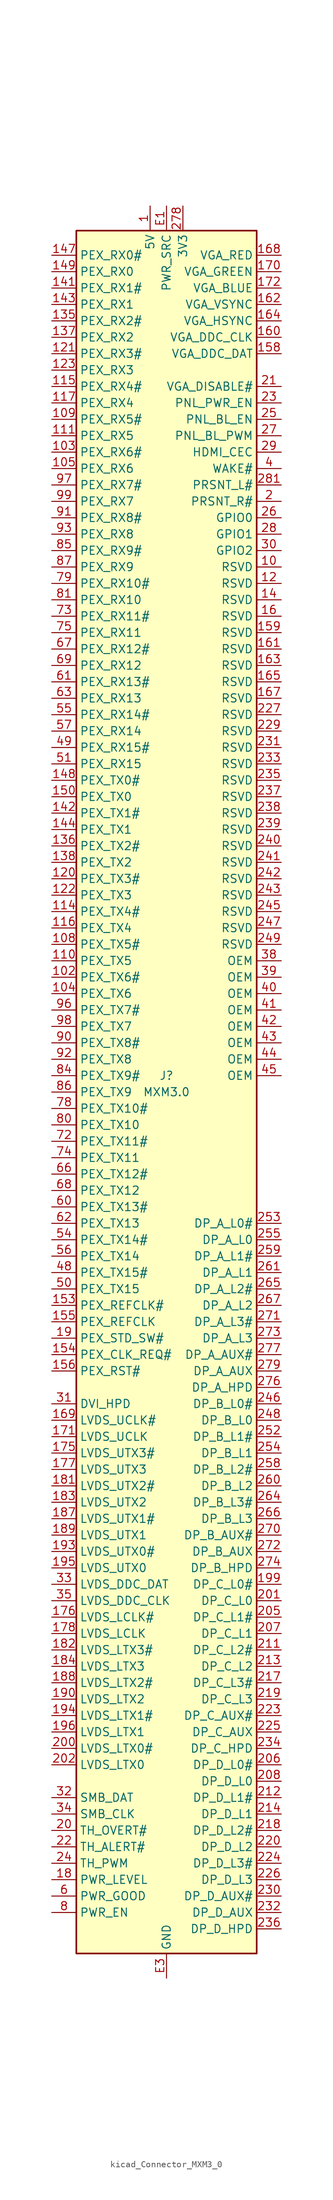
<source format=kicad_sym>
(kicad_symbol_lib
  (version 20220914)
  (generator kicad_symbol_editor)
  (symbol "kicad_Connector_MXM3_0"
    (property "Reference" "J"
      (at 0 2.54 0)
      (effects (font (size 1.27 1.27))))
    (property "Value" "MXM3.0"
      (at 0 0 0)
      (effects (font (size 1.27 1.27))))
    (symbol "kicad_Connector_MXM3_0_1_1"
      (rectangle (start -13.97 133.35) (end 13.97 -133.35) (stroke (width 0.254) (type default)) (fill (type background)))
      (pin power_in line (at -2.54 137.16 270) (length 3.81) (name "5V" (effects (font (size 1.27 1.27)))) (number "1" (effects (font (size 1.27 1.27)))))
      (pin bidirectional line (at 17.78 81.28 180) (length 3.81) (name "RSVD" (effects (font (size 1.27 1.27)))) (number "10" (effects (font (size 1.27 1.27)))))
      (pin passive line (at 0 -137.16 90) (length 3.81) hide (name "GND" (effects (font (size 1.27 1.27)))) (number "100" (effects (font (size 1.27 1.27)))))
      (pin passive line (at 0 -137.16 90) (length 3.81) hide (name "GND" (effects (font (size 1.27 1.27)))) (number "101" (effects (font (size 1.27 1.27)))))
      (pin input line (at -17.78 17.78 0) (length 3.81) (name "PEX_TX6#" (effects (font (size 1.27 1.27)))) (number "102" (effects (font (size 1.27 1.27)))))
      (pin output line (at -17.78 99.06 0) (length 3.81) (name "PEX_RX6#" (effects (font (size 1.27 1.27)))) (number "103" (effects (font (size 1.27 1.27)))))
      (pin input line (at -17.78 15.24 0) (length 3.81) (name "PEX_TX6" (effects (font (size 1.27 1.27)))) (number "104" (effects (font (size 1.27 1.27)))))
      (pin output line (at -17.78 96.52 0) (length 3.81) (name "PEX_RX6" (effects (font (size 1.27 1.27)))) (number "105" (effects (font (size 1.27 1.27)))))
      (pin passive line (at 0 -137.16 90) (length 3.81) hide (name "GND" (effects (font (size 1.27 1.27)))) (number "106" (effects (font (size 1.27 1.27)))))
      (pin passive line (at 0 -137.16 90) (length 3.81) hide (name "GND" (effects (font (size 1.27 1.27)))) (number "107" (effects (font (size 1.27 1.27)))))
      (pin input line (at -17.78 22.86 0) (length 3.81) (name "PEX_TX5#" (effects (font (size 1.27 1.27)))) (number "108" (effects (font (size 1.27 1.27)))))
      (pin output line (at -17.78 104.14 0) (length 3.81) (name "PEX_RX5#" (effects (font (size 1.27 1.27)))) (number "109" (effects (font (size 1.27 1.27)))))
      (pin passive line (at 0 -137.16 90) (length 3.81) hide (name "GND" (effects (font (size 1.27 1.27)))) (number "11" (effects (font (size 1.27 1.27)))))
      (pin input line (at -17.78 20.32 0) (length 3.81) (name "PEX_TX5" (effects (font (size 1.27 1.27)))) (number "110" (effects (font (size 1.27 1.27)))))
      (pin output line (at -17.78 101.6 0) (length 3.81) (name "PEX_RX5" (effects (font (size 1.27 1.27)))) (number "111" (effects (font (size 1.27 1.27)))))
      (pin passive line (at 0 -137.16 90) (length 3.81) hide (name "GND" (effects (font (size 1.27 1.27)))) (number "112" (effects (font (size 1.27 1.27)))))
      (pin passive line (at 0 -137.16 90) (length 3.81) hide (name "GND" (effects (font (size 1.27 1.27)))) (number "113" (effects (font (size 1.27 1.27)))))
      (pin input line (at -17.78 27.94 0) (length 3.81) (name "PEX_TX4#" (effects (font (size 1.27 1.27)))) (number "114" (effects (font (size 1.27 1.27)))))
      (pin output line (at -17.78 109.22 0) (length 3.81) (name "PEX_RX4#" (effects (font (size 1.27 1.27)))) (number "115" (effects (font (size 1.27 1.27)))))
      (pin input line (at -17.78 25.4 0) (length 3.81) (name "PEX_TX4" (effects (font (size 1.27 1.27)))) (number "116" (effects (font (size 1.27 1.27)))))
      (pin output line (at -17.78 106.68 0) (length 3.81) (name "PEX_RX4" (effects (font (size 1.27 1.27)))) (number "117" (effects (font (size 1.27 1.27)))))
      (pin passive line (at 0 -137.16 90) (length 3.81) hide (name "GND" (effects (font (size 1.27 1.27)))) (number "118" (effects (font (size 1.27 1.27)))))
      (pin passive line (at 0 -137.16 90) (length 3.81) hide (name "GND" (effects (font (size 1.27 1.27)))) (number "119" (effects (font (size 1.27 1.27)))))
      (pin bidirectional line (at 17.78 78.74 180) (length 3.81) (name "RSVD" (effects (font (size 1.27 1.27)))) (number "12" (effects (font (size 1.27 1.27)))))
      (pin input line (at -17.78 33.02 0) (length 3.81) (name "PEX_TX3#" (effects (font (size 1.27 1.27)))) (number "120" (effects (font (size 1.27 1.27)))))
      (pin output line (at -17.78 114.3 0) (length 3.81) (name "PEX_RX3#" (effects (font (size 1.27 1.27)))) (number "121" (effects (font (size 1.27 1.27)))))
      (pin input line (at -17.78 30.48 0) (length 3.81) (name "PEX_TX3" (effects (font (size 1.27 1.27)))) (number "122" (effects (font (size 1.27 1.27)))))
      (pin output line (at -17.78 111.76 0) (length 3.81) (name "PEX_RX3" (effects (font (size 1.27 1.27)))) (number "123" (effects (font (size 1.27 1.27)))))
      (pin passive line (at 0 -137.16 90) (length 3.81) hide (name "GND" (effects (font (size 1.27 1.27)))) (number "124" (effects (font (size 1.27 1.27)))))
      (pin passive line (at 0 -137.16 90) (length 3.81) hide (name "GND" (effects (font (size 1.27 1.27)))) (number "125" (effects (font (size 1.27 1.27)))))
      (pin passive line (at 0 -137.16 90) (length 3.81) hide (name "GND" (effects (font (size 1.27 1.27)))) (number "13" (effects (font (size 1.27 1.27)))))
      (pin passive line (at 0 -137.16 90) (length 3.81) hide (name "GND" (effects (font (size 1.27 1.27)))) (number "133" (effects (font (size 1.27 1.27)))))
      (pin passive line (at 0 -137.16 90) (length 3.81) hide (name "GND" (effects (font (size 1.27 1.27)))) (number "134" (effects (font (size 1.27 1.27)))))
      (pin output line (at -17.78 119.38 0) (length 3.81) (name "PEX_RX2#" (effects (font (size 1.27 1.27)))) (number "135" (effects (font (size 1.27 1.27)))))
      (pin input line (at -17.78 38.1 0) (length 3.81) (name "PEX_TX2#" (effects (font (size 1.27 1.27)))) (number "136" (effects (font (size 1.27 1.27)))))
      (pin output line (at -17.78 116.84 0) (length 3.81) (name "PEX_RX2" (effects (font (size 1.27 1.27)))) (number "137" (effects (font (size 1.27 1.27)))))
      (pin input line (at -17.78 35.56 0) (length 3.81) (name "PEX_TX2" (effects (font (size 1.27 1.27)))) (number "138" (effects (font (size 1.27 1.27)))))
      (pin passive line (at 0 -137.16 90) (length 3.81) hide (name "GND" (effects (font (size 1.27 1.27)))) (number "139" (effects (font (size 1.27 1.27)))))
      (pin bidirectional line (at 17.78 76.2 180) (length 3.81) (name "RSVD" (effects (font (size 1.27 1.27)))) (number "14" (effects (font (size 1.27 1.27)))))
      (pin passive line (at 0 -137.16 90) (length 3.81) hide (name "GND" (effects (font (size 1.27 1.27)))) (number "140" (effects (font (size 1.27 1.27)))))
      (pin output line (at -17.78 124.46 0) (length 3.81) (name "PEX_RX1#" (effects (font (size 1.27 1.27)))) (number "141" (effects (font (size 1.27 1.27)))))
      (pin input line (at -17.78 43.18 0) (length 3.81) (name "PEX_TX1#" (effects (font (size 1.27 1.27)))) (number "142" (effects (font (size 1.27 1.27)))))
      (pin output line (at -17.78 121.92 0) (length 3.81) (name "PEX_RX1" (effects (font (size 1.27 1.27)))) (number "143" (effects (font (size 1.27 1.27)))))
      (pin input line (at -17.78 40.64 0) (length 3.81) (name "PEX_TX1" (effects (font (size 1.27 1.27)))) (number "144" (effects (font (size 1.27 1.27)))))
      (pin passive line (at 0 -137.16 90) (length 3.81) hide (name "GND" (effects (font (size 1.27 1.27)))) (number "145" (effects (font (size 1.27 1.27)))))
      (pin passive line (at 0 -137.16 90) (length 3.81) hide (name "GND" (effects (font (size 1.27 1.27)))) (number "146" (effects (font (size 1.27 1.27)))))
      (pin output line (at -17.78 129.54 0) (length 3.81) (name "PEX_RX0#" (effects (font (size 1.27 1.27)))) (number "147" (effects (font (size 1.27 1.27)))))
      (pin input line (at -17.78 48.26 0) (length 3.81) (name "PEX_TX0#" (effects (font (size 1.27 1.27)))) (number "148" (effects (font (size 1.27 1.27)))))
      (pin output line (at -17.78 127 0) (length 3.81) (name "PEX_RX0" (effects (font (size 1.27 1.27)))) (number "149" (effects (font (size 1.27 1.27)))))
      (pin passive line (at 0 -137.16 90) (length 3.81) hide (name "GND" (effects (font (size 1.27 1.27)))) (number "15" (effects (font (size 1.27 1.27)))))
      (pin input line (at -17.78 45.72 0) (length 3.81) (name "PEX_TX0" (effects (font (size 1.27 1.27)))) (number "150" (effects (font (size 1.27 1.27)))))
      (pin passive line (at 0 -137.16 90) (length 3.81) hide (name "GND" (effects (font (size 1.27 1.27)))) (number "151" (effects (font (size 1.27 1.27)))))
      (pin passive line (at 0 -137.16 90) (length 3.81) hide (name "GND" (effects (font (size 1.27 1.27)))) (number "152" (effects (font (size 1.27 1.27)))))
      (pin input line (at -17.78 -33.02 0) (length 3.81) (name "PEX_REFCLK#" (effects (font (size 1.27 1.27)))) (number "153" (effects (font (size 1.27 1.27)))))
      (pin output line (at -17.78 -40.64 0) (length 3.81) (name "PEX_CLK_REQ#" (effects (font (size 1.27 1.27)))) (number "154" (effects (font (size 1.27 1.27)))))
      (pin input line (at -17.78 -35.56 0) (length 3.81) (name "PEX_REFCLK" (effects (font (size 1.27 1.27)))) (number "155" (effects (font (size 1.27 1.27)))))
      (pin input line (at -17.78 -43.18 0) (length 3.81) (name "PEX_RST#" (effects (font (size 1.27 1.27)))) (number "156" (effects (font (size 1.27 1.27)))))
      (pin passive line (at 0 -137.16 90) (length 3.81) hide (name "GND" (effects (font (size 1.27 1.27)))) (number "157" (effects (font (size 1.27 1.27)))))
      (pin bidirectional line (at 17.78 114.3 180) (length 3.81) (name "VGA_DDC_DAT" (effects (font (size 1.27 1.27)))) (number "158" (effects (font (size 1.27 1.27)))))
      (pin bidirectional line (at 17.78 71.12 180) (length 3.81) (name "RSVD" (effects (font (size 1.27 1.27)))) (number "159" (effects (font (size 1.27 1.27)))))
      (pin bidirectional line (at 17.78 73.66 180) (length 3.81) (name "RSVD" (effects (font (size 1.27 1.27)))) (number "16" (effects (font (size 1.27 1.27)))))
      (pin output line (at 17.78 116.84 180) (length 3.81) (name "VGA_DDC_CLK" (effects (font (size 1.27 1.27)))) (number "160" (effects (font (size 1.27 1.27)))))
      (pin bidirectional line (at 17.78 68.58 180) (length 3.81) (name "RSVD" (effects (font (size 1.27 1.27)))) (number "161" (effects (font (size 1.27 1.27)))))
      (pin output line (at 17.78 121.92 180) (length 3.81) (name "VGA_VSYNC" (effects (font (size 1.27 1.27)))) (number "162" (effects (font (size 1.27 1.27)))))
      (pin bidirectional line (at 17.78 66.04 180) (length 3.81) (name "RSVD" (effects (font (size 1.27 1.27)))) (number "163" (effects (font (size 1.27 1.27)))))
      (pin output line (at 17.78 119.38 180) (length 3.81) (name "VGA_HSYNC" (effects (font (size 1.27 1.27)))) (number "164" (effects (font (size 1.27 1.27)))))
      (pin bidirectional line (at 17.78 63.5 180) (length 3.81) (name "RSVD" (effects (font (size 1.27 1.27)))) (number "165" (effects (font (size 1.27 1.27)))))
      (pin passive line (at 0 -137.16 90) (length 3.81) hide (name "GND" (effects (font (size 1.27 1.27)))) (number "166" (effects (font (size 1.27 1.27)))))
      (pin bidirectional line (at 17.78 60.96 180) (length 3.81) (name "RSVD" (effects (font (size 1.27 1.27)))) (number "167" (effects (font (size 1.27 1.27)))))
      (pin output line (at 17.78 129.54 180) (length 3.81) (name "VGA_RED" (effects (font (size 1.27 1.27)))) (number "168" (effects (font (size 1.27 1.27)))))
      (pin output line (at -17.78 -50.8 0) (length 3.81) (name "LVDS_UCLK#" (effects (font (size 1.27 1.27)))) (number "169" (effects (font (size 1.27 1.27)))))
      (pin passive line (at 0 -137.16 90) (length 3.81) hide (name "GND" (effects (font (size 1.27 1.27)))) (number "17" (effects (font (size 1.27 1.27)))))
      (pin output line (at 17.78 127 180) (length 3.81) (name "VGA_GREEN" (effects (font (size 1.27 1.27)))) (number "170" (effects (font (size 1.27 1.27)))))
      (pin output line (at -17.78 -53.34 0) (length 3.81) (name "LVDS_UCLK" (effects (font (size 1.27 1.27)))) (number "171" (effects (font (size 1.27 1.27)))))
      (pin output line (at 17.78 124.46 180) (length 3.81) (name "VGA_BLUE" (effects (font (size 1.27 1.27)))) (number "172" (effects (font (size 1.27 1.27)))))
      (pin passive line (at 0 -137.16 90) (length 3.81) hide (name "GND" (effects (font (size 1.27 1.27)))) (number "173" (effects (font (size 1.27 1.27)))))
      (pin passive line (at 0 -137.16 90) (length 3.81) hide (name "GND" (effects (font (size 1.27 1.27)))) (number "174" (effects (font (size 1.27 1.27)))))
      (pin output line (at -17.78 -55.88 0) (length 3.81) (name "LVDS_UTX3#" (effects (font (size 1.27 1.27)))) (number "175" (effects (font (size 1.27 1.27)))))
      (pin output line (at -17.78 -81.28 0) (length 3.81) (name "LVDS_LCLK#" (effects (font (size 1.27 1.27)))) (number "176" (effects (font (size 1.27 1.27)))))
      (pin output line (at -17.78 -58.42 0) (length 3.81) (name "LVDS_UTX3" (effects (font (size 1.27 1.27)))) (number "177" (effects (font (size 1.27 1.27)))))
      (pin output line (at -17.78 -83.82 0) (length 3.81) (name "LVDS_LCLK" (effects (font (size 1.27 1.27)))) (number "178" (effects (font (size 1.27 1.27)))))
      (pin passive line (at 0 -137.16 90) (length 3.81) hide (name "GND" (effects (font (size 1.27 1.27)))) (number "179" (effects (font (size 1.27 1.27)))))
      (pin input line (at -17.78 -121.92 0) (length 3.81) (name "PWR_LEVEL" (effects (font (size 1.27 1.27)))) (number "18" (effects (font (size 1.27 1.27)))))
      (pin passive line (at 0 -137.16 90) (length 3.81) hide (name "GND" (effects (font (size 1.27 1.27)))) (number "180" (effects (font (size 1.27 1.27)))))
      (pin output line (at -17.78 -60.96 0) (length 3.81) (name "LVDS_UTX2#" (effects (font (size 1.27 1.27)))) (number "181" (effects (font (size 1.27 1.27)))))
      (pin output line (at -17.78 -86.36 0) (length 3.81) (name "LVDS_LTX3#" (effects (font (size 1.27 1.27)))) (number "182" (effects (font (size 1.27 1.27)))))
      (pin output line (at -17.78 -63.5 0) (length 3.81) (name "LVDS_UTX2" (effects (font (size 1.27 1.27)))) (number "183" (effects (font (size 1.27 1.27)))))
      (pin output line (at -17.78 -88.9 0) (length 3.81) (name "LVDS_LTX3" (effects (font (size 1.27 1.27)))) (number "184" (effects (font (size 1.27 1.27)))))
      (pin passive line (at 0 -137.16 90) (length 3.81) hide (name "GND" (effects (font (size 1.27 1.27)))) (number "185" (effects (font (size 1.27 1.27)))))
      (pin passive line (at 0 -137.16 90) (length 3.81) hide (name "GND" (effects (font (size 1.27 1.27)))) (number "186" (effects (font (size 1.27 1.27)))))
      (pin output line (at -17.78 -66.04 0) (length 3.81) (name "LVDS_UTX1#" (effects (font (size 1.27 1.27)))) (number "187" (effects (font (size 1.27 1.27)))))
      (pin output line (at -17.78 -91.44 0) (length 3.81) (name "LVDS_LTX2#" (effects (font (size 1.27 1.27)))) (number "188" (effects (font (size 1.27 1.27)))))
      (pin output line (at -17.78 -68.58 0) (length 3.81) (name "LVDS_UTX1" (effects (font (size 1.27 1.27)))) (number "189" (effects (font (size 1.27 1.27)))))
      (pin input line (at -17.78 -38.1 0) (length 3.81) (name "PEX_STD_SW#" (effects (font (size 1.27 1.27)))) (number "19" (effects (font (size 1.27 1.27)))))
      (pin output line (at -17.78 -93.98 0) (length 3.81) (name "LVDS_LTX2" (effects (font (size 1.27 1.27)))) (number "190" (effects (font (size 1.27 1.27)))))
      (pin passive line (at 0 -137.16 90) (length 3.81) hide (name "GND" (effects (font (size 1.27 1.27)))) (number "191" (effects (font (size 1.27 1.27)))))
      (pin passive line (at 0 -137.16 90) (length 3.81) hide (name "GND" (effects (font (size 1.27 1.27)))) (number "192" (effects (font (size 1.27 1.27)))))
      (pin output line (at -17.78 -71.12 0) (length 3.81) (name "LVDS_UTX0#" (effects (font (size 1.27 1.27)))) (number "193" (effects (font (size 1.27 1.27)))))
      (pin output line (at -17.78 -96.52 0) (length 3.81) (name "LVDS_LTX1#" (effects (font (size 1.27 1.27)))) (number "194" (effects (font (size 1.27 1.27)))))
      (pin output line (at -17.78 -73.66 0) (length 3.81) (name "LVDS_UTX0" (effects (font (size 1.27 1.27)))) (number "195" (effects (font (size 1.27 1.27)))))
      (pin output line (at -17.78 -99.06 0) (length 3.81) (name "LVDS_LTX1" (effects (font (size 1.27 1.27)))) (number "196" (effects (font (size 1.27 1.27)))))
      (pin passive line (at 0 -137.16 90) (length 3.81) hide (name "GND" (effects (font (size 1.27 1.27)))) (number "197" (effects (font (size 1.27 1.27)))))
      (pin passive line (at 0 -137.16 90) (length 3.81) hide (name "GND" (effects (font (size 1.27 1.27)))) (number "198" (effects (font (size 1.27 1.27)))))
      (pin output line (at 17.78 -76.2 180) (length 3.81) (name "DP_C_L0#" (effects (font (size 1.27 1.27)))) (number "199" (effects (font (size 1.27 1.27)))))
      (pin output line (at 17.78 91.44 180) (length 3.81) (name "PRSNT_R#" (effects (font (size 1.27 1.27)))) (number "2" (effects (font (size 1.27 1.27)))))
      (pin output line (at -17.78 -114.3 0) (length 3.81) (name "TH_OVERT#" (effects (font (size 1.27 1.27)))) (number "20" (effects (font (size 1.27 1.27)))))
      (pin output line (at -17.78 -101.6 0) (length 3.81) (name "LVDS_LTX0#" (effects (font (size 1.27 1.27)))) (number "200" (effects (font (size 1.27 1.27)))))
      (pin output line (at 17.78 -78.74 180) (length 3.81) (name "DP_C_L0" (effects (font (size 1.27 1.27)))) (number "201" (effects (font (size 1.27 1.27)))))
      (pin output line (at -17.78 -104.14 0) (length 3.81) (name "LVDS_LTX0" (effects (font (size 1.27 1.27)))) (number "202" (effects (font (size 1.27 1.27)))))
      (pin passive line (at 0 -137.16 90) (length 3.81) hide (name "GND" (effects (font (size 1.27 1.27)))) (number "203" (effects (font (size 1.27 1.27)))))
      (pin passive line (at 0 -137.16 90) (length 3.81) hide (name "GND" (effects (font (size 1.27 1.27)))) (number "204" (effects (font (size 1.27 1.27)))))
      (pin output line (at 17.78 -81.28 180) (length 3.81) (name "DP_C_L1#" (effects (font (size 1.27 1.27)))) (number "205" (effects (font (size 1.27 1.27)))))
      (pin output line (at 17.78 -104.14 180) (length 3.81) (name "DP_D_L0#" (effects (font (size 1.27 1.27)))) (number "206" (effects (font (size 1.27 1.27)))))
      (pin output line (at 17.78 -83.82 180) (length 3.81) (name "DP_C_L1" (effects (font (size 1.27 1.27)))) (number "207" (effects (font (size 1.27 1.27)))))
      (pin output line (at 17.78 -106.68 180) (length 3.81) (name "DP_D_L0" (effects (font (size 1.27 1.27)))) (number "208" (effects (font (size 1.27 1.27)))))
      (pin passive line (at 0 -137.16 90) (length 3.81) hide (name "GND" (effects (font (size 1.27 1.27)))) (number "209" (effects (font (size 1.27 1.27)))))
      (pin input line (at 17.78 109.22 180) (length 3.81) (name "VGA_DISABLE#" (effects (font (size 1.27 1.27)))) (number "21" (effects (font (size 1.27 1.27)))))
      (pin passive line (at 0 -137.16 90) (length 3.81) hide (name "GND" (effects (font (size 1.27 1.27)))) (number "210" (effects (font (size 1.27 1.27)))))
      (pin output line (at 17.78 -86.36 180) (length 3.81) (name "DP_C_L2#" (effects (font (size 1.27 1.27)))) (number "211" (effects (font (size 1.27 1.27)))))
      (pin output line (at 17.78 -109.22 180) (length 3.81) (name "DP_D_L1#" (effects (font (size 1.27 1.27)))) (number "212" (effects (font (size 1.27 1.27)))))
      (pin output line (at 17.78 -88.9 180) (length 3.81) (name "DP_C_L2" (effects (font (size 1.27 1.27)))) (number "213" (effects (font (size 1.27 1.27)))))
      (pin output line (at 17.78 -111.76 180) (length 3.81) (name "DP_D_L1" (effects (font (size 1.27 1.27)))) (number "214" (effects (font (size 1.27 1.27)))))
      (pin passive line (at 0 -137.16 90) (length 3.81) hide (name "GND" (effects (font (size 1.27 1.27)))) (number "215" (effects (font (size 1.27 1.27)))))
      (pin passive line (at 0 -137.16 90) (length 3.81) hide (name "GND" (effects (font (size 1.27 1.27)))) (number "216" (effects (font (size 1.27 1.27)))))
      (pin output line (at 17.78 -91.44 180) (length 3.81) (name "DP_C_L3#" (effects (font (size 1.27 1.27)))) (number "217" (effects (font (size 1.27 1.27)))))
      (pin output line (at 17.78 -114.3 180) (length 3.81) (name "DP_D_L2#" (effects (font (size 1.27 1.27)))) (number "218" (effects (font (size 1.27 1.27)))))
      (pin output line (at 17.78 -93.98 180) (length 3.81) (name "DP_C_L3" (effects (font (size 1.27 1.27)))) (number "219" (effects (font (size 1.27 1.27)))))
      (pin bidirectional line (at -17.78 -116.84 0) (length 3.81) (name "TH_ALERT#" (effects (font (size 1.27 1.27)))) (number "22" (effects (font (size 1.27 1.27)))))
      (pin output line (at 17.78 -116.84 180) (length 3.81) (name "DP_D_L2" (effects (font (size 1.27 1.27)))) (number "220" (effects (font (size 1.27 1.27)))))
      (pin passive line (at 0 -137.16 90) (length 3.81) hide (name "GND" (effects (font (size 1.27 1.27)))) (number "221" (effects (font (size 1.27 1.27)))))
      (pin passive line (at 0 -137.16 90) (length 3.81) hide (name "GND" (effects (font (size 1.27 1.27)))) (number "222" (effects (font (size 1.27 1.27)))))
      (pin bidirectional line (at 17.78 -96.52 180) (length 3.81) (name "DP_C_AUX#" (effects (font (size 1.27 1.27)))) (number "223" (effects (font (size 1.27 1.27)))))
      (pin output line (at 17.78 -119.38 180) (length 3.81) (name "DP_D_L3#" (effects (font (size 1.27 1.27)))) (number "224" (effects (font (size 1.27 1.27)))))
      (pin bidirectional line (at 17.78 -99.06 180) (length 3.81) (name "DP_C_AUX" (effects (font (size 1.27 1.27)))) (number "225" (effects (font (size 1.27 1.27)))))
      (pin output line (at 17.78 -121.92 180) (length 3.81) (name "DP_D_L3" (effects (font (size 1.27 1.27)))) (number "226" (effects (font (size 1.27 1.27)))))
      (pin bidirectional line (at 17.78 58.42 180) (length 3.81) (name "RSVD" (effects (font (size 1.27 1.27)))) (number "227" (effects (font (size 1.27 1.27)))))
      (pin passive line (at 0 -137.16 90) (length 3.81) hide (name "GND" (effects (font (size 1.27 1.27)))) (number "228" (effects (font (size 1.27 1.27)))))
      (pin bidirectional line (at 17.78 55.88 180) (length 3.81) (name "RSVD" (effects (font (size 1.27 1.27)))) (number "229" (effects (font (size 1.27 1.27)))))
      (pin output line (at 17.78 106.68 180) (length 3.81) (name "PNL_PWR_EN" (effects (font (size 1.27 1.27)))) (number "23" (effects (font (size 1.27 1.27)))))
      (pin bidirectional line (at 17.78 -124.46 180) (length 3.81) (name "DP_D_AUX#" (effects (font (size 1.27 1.27)))) (number "230" (effects (font (size 1.27 1.27)))))
      (pin bidirectional line (at 17.78 53.34 180) (length 3.81) (name "RSVD" (effects (font (size 1.27 1.27)))) (number "231" (effects (font (size 1.27 1.27)))))
      (pin bidirectional line (at 17.78 -127 180) (length 3.81) (name "DP_D_AUX" (effects (font (size 1.27 1.27)))) (number "232" (effects (font (size 1.27 1.27)))))
      (pin bidirectional line (at 17.78 50.8 180) (length 3.81) (name "RSVD" (effects (font (size 1.27 1.27)))) (number "233" (effects (font (size 1.27 1.27)))))
      (pin input line (at 17.78 -101.6 180) (length 3.81) (name "DP_C_HPD" (effects (font (size 1.27 1.27)))) (number "234" (effects (font (size 1.27 1.27)))))
      (pin bidirectional line (at 17.78 48.26 180) (length 3.81) (name "RSVD" (effects (font (size 1.27 1.27)))) (number "235" (effects (font (size 1.27 1.27)))))
      (pin input line (at 17.78 -129.54 180) (length 3.81) (name "DP_D_HPD" (effects (font (size 1.27 1.27)))) (number "236" (effects (font (size 1.27 1.27)))))
      (pin bidirectional line (at 17.78 45.72 180) (length 3.81) (name "RSVD" (effects (font (size 1.27 1.27)))) (number "237" (effects (font (size 1.27 1.27)))))
      (pin bidirectional line (at 17.78 43.18 180) (length 3.81) (name "RSVD" (effects (font (size 1.27 1.27)))) (number "238" (effects (font (size 1.27 1.27)))))
      (pin bidirectional line (at 17.78 40.64 180) (length 3.81) (name "RSVD" (effects (font (size 1.27 1.27)))) (number "239" (effects (font (size 1.27 1.27)))))
      (pin output line (at -17.78 -119.38 0) (length 3.81) (name "TH_PWM" (effects (font (size 1.27 1.27)))) (number "24" (effects (font (size 1.27 1.27)))))
      (pin bidirectional line (at 17.78 38.1 180) (length 3.81) (name "RSVD" (effects (font (size 1.27 1.27)))) (number "240" (effects (font (size 1.27 1.27)))))
      (pin bidirectional line (at 17.78 35.56 180) (length 3.81) (name "RSVD" (effects (font (size 1.27 1.27)))) (number "241" (effects (font (size 1.27 1.27)))))
      (pin bidirectional line (at 17.78 33.02 180) (length 3.81) (name "RSVD" (effects (font (size 1.27 1.27)))) (number "242" (effects (font (size 1.27 1.27)))))
      (pin bidirectional line (at 17.78 30.48 180) (length 3.81) (name "RSVD" (effects (font (size 1.27 1.27)))) (number "243" (effects (font (size 1.27 1.27)))))
      (pin passive line (at 0 -137.16 90) (length 3.81) hide (name "GND" (effects (font (size 1.27 1.27)))) (number "244" (effects (font (size 1.27 1.27)))))
      (pin bidirectional line (at 17.78 27.94 180) (length 3.81) (name "RSVD" (effects (font (size 1.27 1.27)))) (number "245" (effects (font (size 1.27 1.27)))))
      (pin output line (at 17.78 -48.26 180) (length 3.81) (name "DP_B_L0#" (effects (font (size 1.27 1.27)))) (number "246" (effects (font (size 1.27 1.27)))))
      (pin bidirectional line (at 17.78 25.4 180) (length 3.81) (name "RSVD" (effects (font (size 1.27 1.27)))) (number "247" (effects (font (size 1.27 1.27)))))
      (pin output line (at 17.78 -50.8 180) (length 3.81) (name "DP_B_L0" (effects (font (size 1.27 1.27)))) (number "248" (effects (font (size 1.27 1.27)))))
      (pin bidirectional line (at 17.78 22.86 180) (length 3.81) (name "RSVD" (effects (font (size 1.27 1.27)))) (number "249" (effects (font (size 1.27 1.27)))))
      (pin output line (at 17.78 104.14 180) (length 3.81) (name "PNL_BL_EN" (effects (font (size 1.27 1.27)))) (number "25" (effects (font (size 1.27 1.27)))))
      (pin passive line (at 0 -137.16 90) (length 3.81) hide (name "GND" (effects (font (size 1.27 1.27)))) (number "250" (effects (font (size 1.27 1.27)))))
      (pin passive line (at 0 -137.16 90) (length 3.81) hide (name "GND" (effects (font (size 1.27 1.27)))) (number "251" (effects (font (size 1.27 1.27)))))
      (pin output line (at 17.78 -53.34 180) (length 3.81) (name "DP_B_L1#" (effects (font (size 1.27 1.27)))) (number "252" (effects (font (size 1.27 1.27)))))
      (pin output line (at 17.78 -20.32 180) (length 3.81) (name "DP_A_L0#" (effects (font (size 1.27 1.27)))) (number "253" (effects (font (size 1.27 1.27)))))
      (pin output line (at 17.78 -55.88 180) (length 3.81) (name "DP_B_L1" (effects (font (size 1.27 1.27)))) (number "254" (effects (font (size 1.27 1.27)))))
      (pin output line (at 17.78 -22.86 180) (length 3.81) (name "DP_A_L0" (effects (font (size 1.27 1.27)))) (number "255" (effects (font (size 1.27 1.27)))))
      (pin passive line (at 0 -137.16 90) (length 3.81) hide (name "GND" (effects (font (size 1.27 1.27)))) (number "256" (effects (font (size 1.27 1.27)))))
      (pin passive line (at 0 -137.16 90) (length 3.81) hide (name "GND" (effects (font (size 1.27 1.27)))) (number "257" (effects (font (size 1.27 1.27)))))
      (pin output line (at 17.78 -58.42 180) (length 3.81) (name "DP_B_L2#" (effects (font (size 1.27 1.27)))) (number "258" (effects (font (size 1.27 1.27)))))
      (pin output line (at 17.78 -25.4 180) (length 3.81) (name "DP_A_L1#" (effects (font (size 1.27 1.27)))) (number "259" (effects (font (size 1.27 1.27)))))
      (pin bidirectional line (at 17.78 88.9 180) (length 3.81) (name "GPIO0" (effects (font (size 1.27 1.27)))) (number "26" (effects (font (size 1.27 1.27)))))
      (pin output line (at 17.78 -60.96 180) (length 3.81) (name "DP_B_L2" (effects (font (size 1.27 1.27)))) (number "260" (effects (font (size 1.27 1.27)))))
      (pin output line (at 17.78 -27.94 180) (length 3.81) (name "DP_A_L1" (effects (font (size 1.27 1.27)))) (number "261" (effects (font (size 1.27 1.27)))))
      (pin passive line (at 0 -137.16 90) (length 3.81) hide (name "GND" (effects (font (size 1.27 1.27)))) (number "262" (effects (font (size 1.27 1.27)))))
      (pin passive line (at 0 -137.16 90) (length 3.81) hide (name "GND" (effects (font (size 1.27 1.27)))) (number "263" (effects (font (size 1.27 1.27)))))
      (pin output line (at 17.78 -63.5 180) (length 3.81) (name "DP_B_L3#" (effects (font (size 1.27 1.27)))) (number "264" (effects (font (size 1.27 1.27)))))
      (pin output line (at 17.78 -30.48 180) (length 3.81) (name "DP_A_L2#" (effects (font (size 1.27 1.27)))) (number "265" (effects (font (size 1.27 1.27)))))
      (pin output line (at 17.78 -66.04 180) (length 3.81) (name "DP_B_L3" (effects (font (size 1.27 1.27)))) (number "266" (effects (font (size 1.27 1.27)))))
      (pin output line (at 17.78 -33.02 180) (length 3.81) (name "DP_A_L2" (effects (font (size 1.27 1.27)))) (number "267" (effects (font (size 1.27 1.27)))))
      (pin passive line (at 0 -137.16 90) (length 3.81) hide (name "GND" (effects (font (size 1.27 1.27)))) (number "268" (effects (font (size 1.27 1.27)))))
      (pin passive line (at 0 -137.16 90) (length 3.81) hide (name "GND" (effects (font (size 1.27 1.27)))) (number "269" (effects (font (size 1.27 1.27)))))
      (pin output line (at 17.78 101.6 180) (length 3.81) (name "PNL_BL_PWM" (effects (font (size 1.27 1.27)))) (number "27" (effects (font (size 1.27 1.27)))))
      (pin bidirectional line (at 17.78 -68.58 180) (length 3.81) (name "DP_B_AUX#" (effects (font (size 1.27 1.27)))) (number "270" (effects (font (size 1.27 1.27)))))
      (pin output line (at 17.78 -35.56 180) (length 3.81) (name "DP_A_L3#" (effects (font (size 1.27 1.27)))) (number "271" (effects (font (size 1.27 1.27)))))
      (pin bidirectional line (at 17.78 -71.12 180) (length 3.81) (name "DP_B_AUX" (effects (font (size 1.27 1.27)))) (number "272" (effects (font (size 1.27 1.27)))))
      (pin output line (at 17.78 -38.1 180) (length 3.81) (name "DP_A_L3" (effects (font (size 1.27 1.27)))) (number "273" (effects (font (size 1.27 1.27)))))
      (pin input line (at 17.78 -73.66 180) (length 3.81) (name "DP_B_HPD" (effects (font (size 1.27 1.27)))) (number "274" (effects (font (size 1.27 1.27)))))
      (pin passive line (at 0 -137.16 90) (length 3.81) hide (name "GND" (effects (font (size 1.27 1.27)))) (number "275" (effects (font (size 1.27 1.27)))))
      (pin input line (at 17.78 -45.72 180) (length 3.81) (name "DP_A_HPD" (effects (font (size 1.27 1.27)))) (number "276" (effects (font (size 1.27 1.27)))))
      (pin bidirectional line (at 17.78 -40.64 180) (length 3.81) (name "DP_A_AUX#" (effects (font (size 1.27 1.27)))) (number "277" (effects (font (size 1.27 1.27)))))
      (pin power_in line (at 2.54 137.16 270) (length 3.81) (name "3V3" (effects (font (size 1.27 1.27)))) (number "278" (effects (font (size 1.27 1.27)))))
      (pin bidirectional line (at 17.78 -43.18 180) (length 3.81) (name "DP_A_AUX" (effects (font (size 1.27 1.27)))) (number "279" (effects (font (size 1.27 1.27)))))
      (pin bidirectional line (at 17.78 86.36 180) (length 3.81) (name "GPIO1" (effects (font (size 1.27 1.27)))) (number "28" (effects (font (size 1.27 1.27)))))
      (pin passive line (at 2.54 137.16 270) (length 3.81) hide (name "3V3" (effects (font (size 1.27 1.27)))) (number "280" (effects (font (size 1.27 1.27)))))
      (pin output line (at 17.78 93.98 180) (length 3.81) (name "PRSNT_L#" (effects (font (size 1.27 1.27)))) (number "281" (effects (font (size 1.27 1.27)))))
      (pin bidirectional line (at 17.78 99.06 180) (length 3.81) (name "HDMI_CEC" (effects (font (size 1.27 1.27)))) (number "29" (effects (font (size 1.27 1.27)))))
      (pin passive line (at -2.54 137.16 270) (length 3.81) hide (name "5V" (effects (font (size 1.27 1.27)))) (number "3" (effects (font (size 1.27 1.27)))))
      (pin bidirectional line (at 17.78 83.82 180) (length 3.81) (name "GPIO2" (effects (font (size 1.27 1.27)))) (number "30" (effects (font (size 1.27 1.27)))))
      (pin input line (at -17.78 -48.26 0) (length 3.81) (name "DVI_HPD" (effects (font (size 1.27 1.27)))) (number "31" (effects (font (size 1.27 1.27)))))
      (pin bidirectional line (at -17.78 -109.22 0) (length 3.81) (name "SMB_DAT" (effects (font (size 1.27 1.27)))) (number "32" (effects (font (size 1.27 1.27)))))
      (pin bidirectional line (at -17.78 -76.2 0) (length 3.81) (name "LVDS_DDC_DAT" (effects (font (size 1.27 1.27)))) (number "33" (effects (font (size 1.27 1.27)))))
      (pin input line (at -17.78 -111.76 0) (length 3.81) (name "SMB_CLK" (effects (font (size 1.27 1.27)))) (number "34" (effects (font (size 1.27 1.27)))))
      (pin output line (at -17.78 -78.74 0) (length 3.81) (name "LVDS_DDC_CLK" (effects (font (size 1.27 1.27)))) (number "35" (effects (font (size 1.27 1.27)))))
      (pin passive line (at 0 -137.16 90) (length 3.81) hide (name "GND" (effects (font (size 1.27 1.27)))) (number "36" (effects (font (size 1.27 1.27)))))
      (pin passive line (at 0 -137.16 90) (length 3.81) hide (name "GND" (effects (font (size 1.27 1.27)))) (number "37" (effects (font (size 1.27 1.27)))))
      (pin bidirectional line (at 17.78 20.32 180) (length 3.81) (name "OEM" (effects (font (size 1.27 1.27)))) (number "38" (effects (font (size 1.27 1.27)))))
      (pin bidirectional line (at 17.78 17.78 180) (length 3.81) (name "OEM" (effects (font (size 1.27 1.27)))) (number "39" (effects (font (size 1.27 1.27)))))
      (pin output line (at 17.78 96.52 180) (length 3.81) (name "WAKE#" (effects (font (size 1.27 1.27)))) (number "4" (effects (font (size 1.27 1.27)))))
      (pin bidirectional line (at 17.78 15.24 180) (length 3.81) (name "OEM" (effects (font (size 1.27 1.27)))) (number "40" (effects (font (size 1.27 1.27)))))
      (pin bidirectional line (at 17.78 12.7 180) (length 3.81) (name "OEM" (effects (font (size 1.27 1.27)))) (number "41" (effects (font (size 1.27 1.27)))))
      (pin bidirectional line (at 17.78 10.16 180) (length 3.81) (name "OEM" (effects (font (size 1.27 1.27)))) (number "42" (effects (font (size 1.27 1.27)))))
      (pin bidirectional line (at 17.78 7.62 180) (length 3.81) (name "OEM" (effects (font (size 1.27 1.27)))) (number "43" (effects (font (size 1.27 1.27)))))
      (pin bidirectional line (at 17.78 5.08 180) (length 3.81) (name "OEM" (effects (font (size 1.27 1.27)))) (number "44" (effects (font (size 1.27 1.27)))))
      (pin bidirectional line (at 17.78 2.54 180) (length 3.81) (name "OEM" (effects (font (size 1.27 1.27)))) (number "45" (effects (font (size 1.27 1.27)))))
      (pin passive line (at 0 -137.16 90) (length 3.81) hide (name "GND" (effects (font (size 1.27 1.27)))) (number "46" (effects (font (size 1.27 1.27)))))
      (pin passive line (at 0 -137.16 90) (length 3.81) hide (name "GND" (effects (font (size 1.27 1.27)))) (number "47" (effects (font (size 1.27 1.27)))))
      (pin input line (at -17.78 -27.94 0) (length 3.81) (name "PEX_TX15#" (effects (font (size 1.27 1.27)))) (number "48" (effects (font (size 1.27 1.27)))))
      (pin output line (at -17.78 53.34 0) (length 3.81) (name "PEX_RX15#" (effects (font (size 1.27 1.27)))) (number "49" (effects (font (size 1.27 1.27)))))
      (pin passive line (at -2.54 137.16 270) (length 3.81) hide (name "5V" (effects (font (size 1.27 1.27)))) (number "5" (effects (font (size 1.27 1.27)))))
      (pin input line (at -17.78 -30.48 0) (length 3.81) (name "PEX_TX15" (effects (font (size 1.27 1.27)))) (number "50" (effects (font (size 1.27 1.27)))))
      (pin output line (at -17.78 50.8 0) (length 3.81) (name "PEX_RX15" (effects (font (size 1.27 1.27)))) (number "51" (effects (font (size 1.27 1.27)))))
      (pin passive line (at 0 -137.16 90) (length 3.81) hide (name "GND" (effects (font (size 1.27 1.27)))) (number "52" (effects (font (size 1.27 1.27)))))
      (pin passive line (at 0 -137.16 90) (length 3.81) hide (name "GND" (effects (font (size 1.27 1.27)))) (number "53" (effects (font (size 1.27 1.27)))))
      (pin input line (at -17.78 -22.86 0) (length 3.81) (name "PEX_TX14#" (effects (font (size 1.27 1.27)))) (number "54" (effects (font (size 1.27 1.27)))))
      (pin output line (at -17.78 58.42 0) (length 3.81) (name "PEX_RX14#" (effects (font (size 1.27 1.27)))) (number "55" (effects (font (size 1.27 1.27)))))
      (pin input line (at -17.78 -25.4 0) (length 3.81) (name "PEX_TX14" (effects (font (size 1.27 1.27)))) (number "56" (effects (font (size 1.27 1.27)))))
      (pin output line (at -17.78 55.88 0) (length 3.81) (name "PEX_RX14" (effects (font (size 1.27 1.27)))) (number "57" (effects (font (size 1.27 1.27)))))
      (pin passive line (at 0 -137.16 90) (length 3.81) hide (name "GND" (effects (font (size 1.27 1.27)))) (number "58" (effects (font (size 1.27 1.27)))))
      (pin passive line (at 0 -137.16 90) (length 3.81) hide (name "GND" (effects (font (size 1.27 1.27)))) (number "59" (effects (font (size 1.27 1.27)))))
      (pin output line (at -17.78 -124.46 0) (length 3.81) (name "PWR_GOOD" (effects (font (size 1.27 1.27)))) (number "6" (effects (font (size 1.27 1.27)))))
      (pin input line (at -17.78 -17.78 0) (length 3.81) (name "PEX_TX13#" (effects (font (size 1.27 1.27)))) (number "60" (effects (font (size 1.27 1.27)))))
      (pin output line (at -17.78 63.5 0) (length 3.81) (name "PEX_RX13#" (effects (font (size 1.27 1.27)))) (number "61" (effects (font (size 1.27 1.27)))))
      (pin input line (at -17.78 -20.32 0) (length 3.81) (name "PEX_TX13" (effects (font (size 1.27 1.27)))) (number "62" (effects (font (size 1.27 1.27)))))
      (pin output line (at -17.78 60.96 0) (length 3.81) (name "PEX_RX13" (effects (font (size 1.27 1.27)))) (number "63" (effects (font (size 1.27 1.27)))))
      (pin passive line (at 0 -137.16 90) (length 3.81) hide (name "GND" (effects (font (size 1.27 1.27)))) (number "64" (effects (font (size 1.27 1.27)))))
      (pin passive line (at 0 -137.16 90) (length 3.81) hide (name "GND" (effects (font (size 1.27 1.27)))) (number "65" (effects (font (size 1.27 1.27)))))
      (pin input line (at -17.78 -12.7 0) (length 3.81) (name "PEX_TX12#" (effects (font (size 1.27 1.27)))) (number "66" (effects (font (size 1.27 1.27)))))
      (pin output line (at -17.78 68.58 0) (length 3.81) (name "PEX_RX12#" (effects (font (size 1.27 1.27)))) (number "67" (effects (font (size 1.27 1.27)))))
      (pin input line (at -17.78 -15.24 0) (length 3.81) (name "PEX_TX12" (effects (font (size 1.27 1.27)))) (number "68" (effects (font (size 1.27 1.27)))))
      (pin output line (at -17.78 66.04 0) (length 3.81) (name "PEX_RX12" (effects (font (size 1.27 1.27)))) (number "69" (effects (font (size 1.27 1.27)))))
      (pin passive line (at -2.54 137.16 270) (length 3.81) hide (name "5V" (effects (font (size 1.27 1.27)))) (number "7" (effects (font (size 1.27 1.27)))))
      (pin passive line (at 0 -137.16 90) (length 3.81) hide (name "GND" (effects (font (size 1.27 1.27)))) (number "70" (effects (font (size 1.27 1.27)))))
      (pin passive line (at 0 -137.16 90) (length 3.81) hide (name "GND" (effects (font (size 1.27 1.27)))) (number "71" (effects (font (size 1.27 1.27)))))
      (pin input line (at -17.78 -7.62 0) (length 3.81) (name "PEX_TX11#" (effects (font (size 1.27 1.27)))) (number "72" (effects (font (size 1.27 1.27)))))
      (pin output line (at -17.78 73.66 0) (length 3.81) (name "PEX_RX11#" (effects (font (size 1.27 1.27)))) (number "73" (effects (font (size 1.27 1.27)))))
      (pin input line (at -17.78 -10.16 0) (length 3.81) (name "PEX_TX11" (effects (font (size 1.27 1.27)))) (number "74" (effects (font (size 1.27 1.27)))))
      (pin output line (at -17.78 71.12 0) (length 3.81) (name "PEX_RX11" (effects (font (size 1.27 1.27)))) (number "75" (effects (font (size 1.27 1.27)))))
      (pin passive line (at 0 -137.16 90) (length 3.81) hide (name "GND" (effects (font (size 1.27 1.27)))) (number "76" (effects (font (size 1.27 1.27)))))
      (pin passive line (at 0 -137.16 90) (length 3.81) hide (name "GND" (effects (font (size 1.27 1.27)))) (number "77" (effects (font (size 1.27 1.27)))))
      (pin input line (at -17.78 -2.54 0) (length 3.81) (name "PEX_TX10#" (effects (font (size 1.27 1.27)))) (number "78" (effects (font (size 1.27 1.27)))))
      (pin output line (at -17.78 78.74 0) (length 3.81) (name "PEX_RX10#" (effects (font (size 1.27 1.27)))) (number "79" (effects (font (size 1.27 1.27)))))
      (pin input line (at -17.78 -127 0) (length 3.81) (name "PWR_EN" (effects (font (size 1.27 1.27)))) (number "8" (effects (font (size 1.27 1.27)))))
      (pin input line (at -17.78 -5.08 0) (length 3.81) (name "PEX_TX10" (effects (font (size 1.27 1.27)))) (number "80" (effects (font (size 1.27 1.27)))))
      (pin output line (at -17.78 76.2 0) (length 3.81) (name "PEX_RX10" (effects (font (size 1.27 1.27)))) (number "81" (effects (font (size 1.27 1.27)))))
      (pin passive line (at 0 -137.16 90) (length 3.81) hide (name "GND" (effects (font (size 1.27 1.27)))) (number "82" (effects (font (size 1.27 1.27)))))
      (pin passive line (at 0 -137.16 90) (length 3.81) hide (name "GND" (effects (font (size 1.27 1.27)))) (number "83" (effects (font (size 1.27 1.27)))))
      (pin input line (at -17.78 2.54 0) (length 3.81) (name "PEX_TX9#" (effects (font (size 1.27 1.27)))) (number "84" (effects (font (size 1.27 1.27)))))
      (pin output line (at -17.78 83.82 0) (length 3.81) (name "PEX_RX9#" (effects (font (size 1.27 1.27)))) (number "85" (effects (font (size 1.27 1.27)))))
      (pin input line (at -17.78 0 0) (length 3.81) (name "PEX_TX9" (effects (font (size 1.27 1.27)))) (number "86" (effects (font (size 1.27 1.27)))))
      (pin output line (at -17.78 81.28 0) (length 3.81) (name "PEX_RX9" (effects (font (size 1.27 1.27)))) (number "87" (effects (font (size 1.27 1.27)))))
      (pin passive line (at 0 -137.16 90) (length 3.81) hide (name "GND" (effects (font (size 1.27 1.27)))) (number "88" (effects (font (size 1.27 1.27)))))
      (pin passive line (at 0 -137.16 90) (length 3.81) hide (name "GND" (effects (font (size 1.27 1.27)))) (number "89" (effects (font (size 1.27 1.27)))))
      (pin passive line (at -2.54 137.16 270) (length 3.81) hide (name "5V" (effects (font (size 1.27 1.27)))) (number "9" (effects (font (size 1.27 1.27)))))
      (pin input line (at -17.78 7.62 0) (length 3.81) (name "PEX_TX8#" (effects (font (size 1.27 1.27)))) (number "90" (effects (font (size 1.27 1.27)))))
      (pin output line (at -17.78 88.9 0) (length 3.81) (name "PEX_RX8#" (effects (font (size 1.27 1.27)))) (number "91" (effects (font (size 1.27 1.27)))))
      (pin input line (at -17.78 5.08 0) (length 3.81) (name "PEX_TX8" (effects (font (size 1.27 1.27)))) (number "92" (effects (font (size 1.27 1.27)))))
      (pin output line (at -17.78 86.36 0) (length 3.81) (name "PEX_RX8" (effects (font (size 1.27 1.27)))) (number "93" (effects (font (size 1.27 1.27)))))
      (pin passive line (at 0 -137.16 90) (length 3.81) hide (name "GND" (effects (font (size 1.27 1.27)))) (number "94" (effects (font (size 1.27 1.27)))))
      (pin passive line (at 0 -137.16 90) (length 3.81) hide (name "GND" (effects (font (size 1.27 1.27)))) (number "95" (effects (font (size 1.27 1.27)))))
      (pin input line (at -17.78 12.7 0) (length 3.81) (name "PEX_TX7#" (effects (font (size 1.27 1.27)))) (number "96" (effects (font (size 1.27 1.27)))))
      (pin output line (at -17.78 93.98 0) (length 3.81) (name "PEX_RX7#" (effects (font (size 1.27 1.27)))) (number "97" (effects (font (size 1.27 1.27)))))
      (pin input line (at -17.78 10.16 0) (length 3.81) (name "PEX_TX7" (effects (font (size 1.27 1.27)))) (number "98" (effects (font (size 1.27 1.27)))))
      (pin output line (at -17.78 91.44 0) (length 3.81) (name "PEX_RX7" (effects (font (size 1.27 1.27)))) (number "99" (effects (font (size 1.27 1.27)))))
      (pin power_in line (at 0 137.16 270) (length 3.81) (name "PWR_SRC" (effects (font (size 1.27 1.27)))) (number "E1" (effects (font (size 1.27 1.27)))))
      (pin passive line (at 0 137.16 270) (length 3.81) hide (name "PWR_SRC" (effects (font (size 1.27 1.27)))) (number "E2" (effects (font (size 1.27 1.27)))))
      (pin power_in line (at 0 -137.16 90) (length 3.81) (name "GND" (effects (font (size 1.27 1.27)))) (number "E3" (effects (font (size 1.27 1.27)))))
      (pin passive line (at 0 -137.16 90) (length 3.81) hide (name "GND" (effects (font (size 1.27 1.27)))) (number "E4" (effects (font (size 1.27 1.27))))))))
</source>
